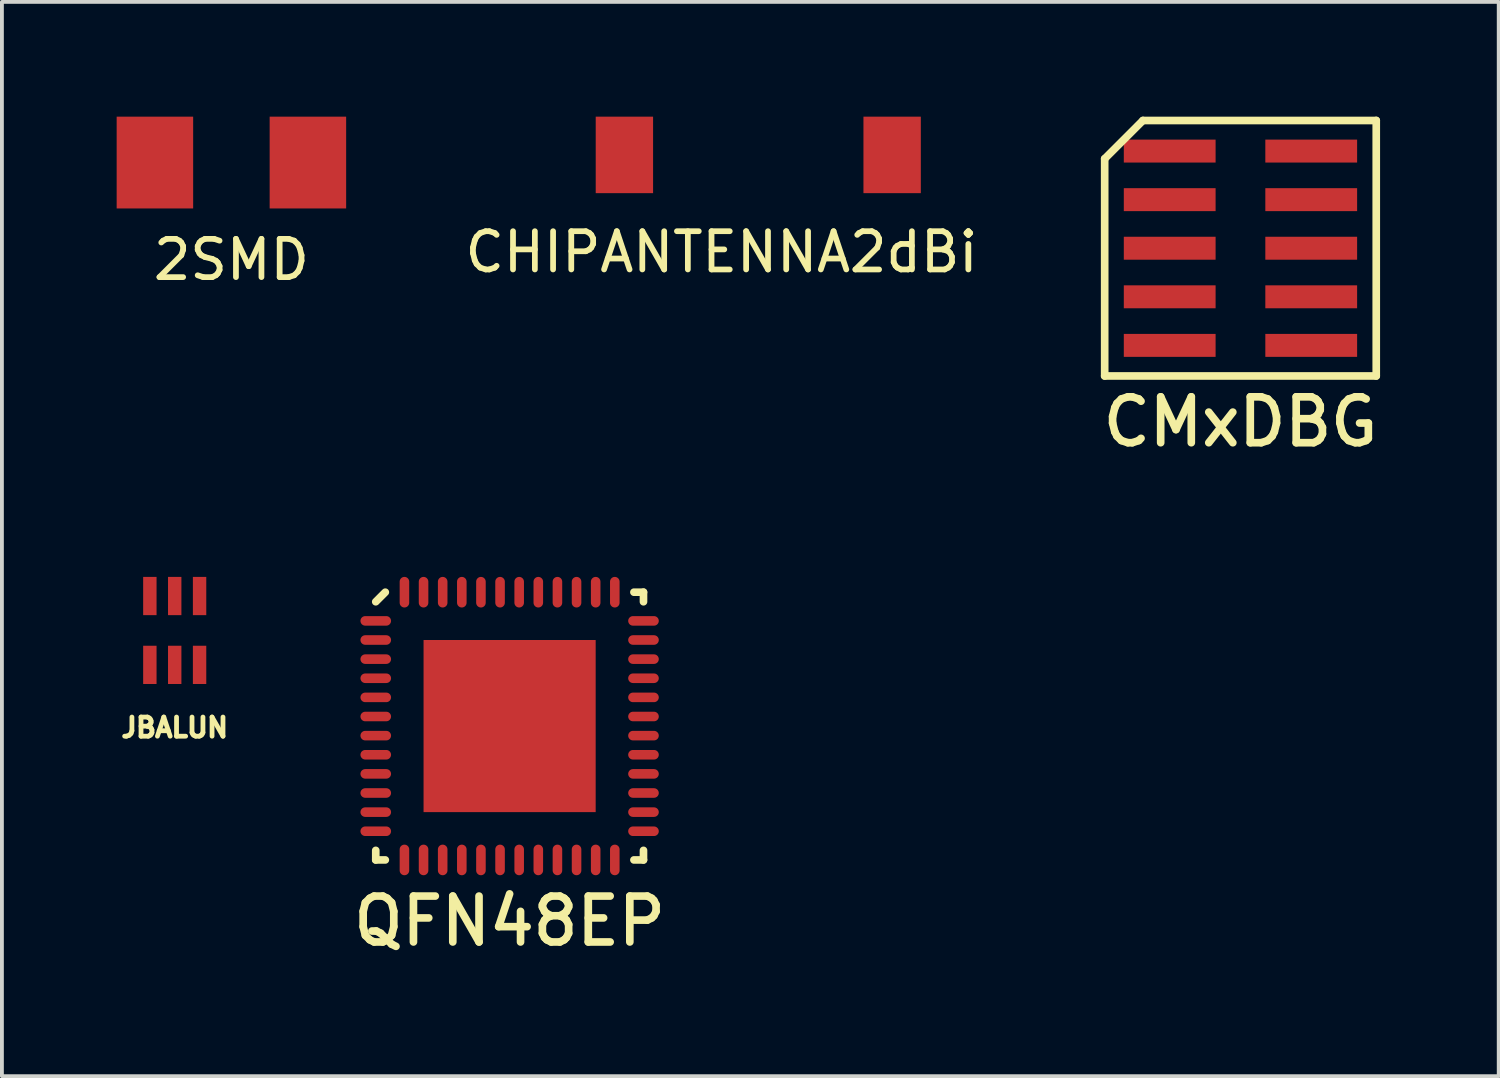
<source format=kicad_pcb>
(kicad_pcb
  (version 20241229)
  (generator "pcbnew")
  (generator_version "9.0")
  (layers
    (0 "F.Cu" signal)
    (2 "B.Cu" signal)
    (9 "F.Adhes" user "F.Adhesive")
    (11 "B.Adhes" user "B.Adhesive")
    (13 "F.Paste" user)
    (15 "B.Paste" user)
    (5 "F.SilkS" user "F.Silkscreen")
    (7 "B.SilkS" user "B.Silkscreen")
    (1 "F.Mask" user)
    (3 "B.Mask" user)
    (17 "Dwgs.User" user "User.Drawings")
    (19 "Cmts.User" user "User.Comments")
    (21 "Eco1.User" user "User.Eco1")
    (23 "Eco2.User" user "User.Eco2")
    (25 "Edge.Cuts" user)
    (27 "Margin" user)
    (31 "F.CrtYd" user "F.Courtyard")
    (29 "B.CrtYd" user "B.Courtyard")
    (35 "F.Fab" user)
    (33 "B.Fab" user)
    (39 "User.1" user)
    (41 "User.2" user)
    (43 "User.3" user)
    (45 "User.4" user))
  (footprint "CHIPANTENNA2dBi"
    (layer "F.Cu")
    (at 13.275 1)
    (property "Reference" "CHIPANTENNA2dBi" (at 2.54 2.54 0) (layer "F.SilkS") (effects (font (size 1 1) (thickness 0.15))))
    (attr through_hole)
    (pad "" smd rect (at 7 0) (size 1.5 2) (layers "F.Cu" "F.Mask" "F.Paste"))
    (pad "1" smd rect (at 0 0) (size 1.5 2) (layers "F.Cu" "F.Mask" "F.Paste")))
  (footprint "CMxDBG"
    (layer "F.Cu")
    (at 29.382 3.44)
    (property "Reference" "CMxDBG" (at 0 4.54 0) (layer "F.SilkS") (effects (font (size 1.2 1.2) (thickness 0.2))))
    (attr through_hole)
    (fp_line (start -3.55 -2.34) (end -3.55 3.34) (stroke (width 0.2) (type solid)) (layer "F.SilkS"))
    (fp_line (start -3.55 3.34) (end 3.55 3.34) (stroke (width 0.2) (type solid)) (layer "F.SilkS"))
    (fp_line (start -2.55 -3.34) (end -3.55 -2.34) (stroke (width 0.2) (type solid)) (layer "F.SilkS"))
    (fp_line (start 3.55 -3.34) (end -2.55 -3.34) (stroke (width 0.2) (type solid)) (layer "F.SilkS"))
    (fp_line (start 3.55 3.34) (end 3.55 -3.34) (stroke (width 0.2) (type solid)) (layer "F.SilkS"))
    (pad "1" smd rect (at -1.85 -2.54) (size 2.4 0.6) (layers "F.Cu" "F.Mask" "F.Paste"))
    (pad "2" smd rect (at -1.85 -1.27) (size 2.4 0.6) (layers "F.Cu" "F.Mask" "F.Paste"))
    (pad "3" smd rect (at -1.85 0) (size 2.4 0.6) (layers "F.Cu" "F.Mask" "F.Paste"))
    (pad "4" smd rect (at -1.85 1.27) (size 2.4 0.6) (layers "F.Cu" "F.Mask" "F.Paste"))
    (pad "5" smd rect (at -1.85 2.54) (size 2.4 0.6) (layers "F.Cu" "F.Mask" "F.Paste"))
    (pad "6" smd rect (at 1.85 2.54) (size 2.4 0.6) (layers "F.Cu" "F.Mask" "F.Paste"))
    (pad "7" smd rect (at 1.85 1.27) (size 2.4 0.6) (layers "F.Cu" "F.Mask" "F.Paste"))
    (pad "8" smd rect (at 1.85 0) (size 2.4 0.6) (layers "F.Cu" "F.Mask" "F.Paste"))
    (pad "9" smd rect (at 1.85 -1.27) (size 2.4 0.6) (layers "F.Cu" "F.Mask" "F.Paste"))
    (pad "10" smd rect (at 1.85 -2.54) (size 2.4 0.6) (layers "F.Cu" "F.Mask" "F.Paste")))
  (footprint "2SMD"
    (layer "F.Cu")
    (at 3 1.2)
    (property "Reference" "2SMD" (at 0 2.54 0) (layer "F.SilkS") (effects (font (size 1 1) (thickness 0.15))))
    (attr through_hole)
    (pad "1" smd rect (at -2 0) (size 2 2.4) (layers "F.Cu" "F.Mask" "F.Paste"))
    (pad "2" smd rect (at 2 0) (size 2 2.4) (layers "F.Cu" "F.Mask" "F.Paste")))
  (footprint "QFN48EP"
    (layer "F.Cu")
    (at 10.274 15.933)
    (property "Reference" "QFN48EP" (at 0 5.1 0) (layer "F.SilkS") (effects (font (size 1.2 1.2) (thickness 0.2))))
    (attr through_hole)
    (fp_line (start -3.5 -3.25) (end -3.25 -3.5) (stroke (width 0.2) (type solid)) (layer "F.SilkS"))
    (fp_line (start -3.5 3.5) (end -3.5 3.25) (stroke (width 0.2) (type solid)) (layer "F.SilkS"))
    (fp_line (start -3.25 3.5) (end -3.5 3.5) (stroke (width 0.2) (type solid)) (layer "F.SilkS"))
    (fp_line (start 3.25 -3.5) (end 3.5 -3.5) (stroke (width 0.2) (type solid)) (layer "F.SilkS"))
    (fp_line (start 3.25 3.5) (end 3.5 3.5) (stroke (width 0.2) (type solid)) (layer "F.SilkS"))
    (fp_line (start 3.5 -3.5) (end 3.5 -3.25) (stroke (width 0.2) (type solid)) (layer "F.SilkS"))
    (fp_line (start 3.5 3.5) (end 3.5 3.25) (stroke (width 0.2) (type solid)) (layer "F.SilkS"))
    (pad "" smd rect (at 0 0) (size 4.5 4.5) (layers "F.Cu" "F.Mask" "F.Paste"))
    (pad "1" smd oval (at -3.5 -2.75) (size 0.8 0.25) (layers "F.Cu" "F.Mask" "F.Paste"))
    (pad "2" smd oval (at -3.5 -2.25) (size 0.8 0.25) (layers "F.Cu" "F.Mask" "F.Paste"))
    (pad "3" smd oval (at -3.5 -1.75) (size 0.8 0.25) (layers "F.Cu" "F.Mask" "F.Paste"))
    (pad "4" smd oval (at -3.5 -1.25) (size 0.8 0.25) (layers "F.Cu" "F.Mask" "F.Paste"))
    (pad "5" smd oval (at -3.5 -0.75) (size 0.8 0.25) (layers "F.Cu" "F.Mask" "F.Paste"))
    (pad "6" smd oval (at -3.5 -0.25) (size 0.8 0.25) (layers "F.Cu" "F.Mask" "F.Paste"))
    (pad "7" smd oval (at -3.5 0.25) (size 0.8 0.25) (layers "F.Cu" "F.Mask" "F.Paste"))
    (pad "8" smd oval (at -3.5 0.75) (size 0.8 0.25) (layers "F.Cu" "F.Mask" "F.Paste"))
    (pad "9" smd oval (at -3.5 1.25) (size 0.8 0.25) (layers "F.Cu" "F.Mask" "F.Paste"))
    (pad "10" smd oval (at -3.5 1.75) (size 0.8 0.25) (layers "F.Cu" "F.Mask" "F.Paste"))
    (pad "11" smd oval (at -3.5 2.25) (size 0.8 0.25) (layers "F.Cu" "F.Mask" "F.Paste"))
    (pad "12" smd oval (at -3.5 2.75) (size 0.8 0.25) (layers "F.Cu" "F.Mask" "F.Paste"))
    (pad "13" smd oval (at -2.75 3.5) (size 0.25 0.8) (layers "F.Cu" "F.Mask" "F.Paste"))
    (pad "14" smd oval (at -2.25 3.5) (size 0.25 0.8) (layers "F.Cu" "F.Mask" "F.Paste"))
    (pad "15" smd oval (at -1.75 3.5) (size 0.25 0.8) (layers "F.Cu" "F.Mask" "F.Paste"))
    (pad "16" smd oval (at -1.25 3.5) (size 0.25 0.8) (layers "F.Cu" "F.Mask" "F.Paste"))
    (pad "17" smd oval (at -0.75 3.5) (size 0.25 0.8) (layers "F.Cu" "F.Mask" "F.Paste"))
    (pad "18" smd oval (at -0.25 3.5) (size 0.25 0.8) (layers "F.Cu" "F.Mask" "F.Paste"))
    (pad "19" smd oval (at 0.25 3.5) (size 0.25 0.8) (layers "F.Cu" "F.Mask" "F.Paste"))
    (pad "20" smd oval (at 0.75 3.5) (size 0.25 0.8) (layers "F.Cu" "F.Mask" "F.Paste"))
    (pad "21" smd oval (at 1.25 3.5) (size 0.25 0.8) (layers "F.Cu" "F.Mask" "F.Paste"))
    (pad "22" smd oval (at 1.75 3.5) (size 0.25 0.8) (layers "F.Cu" "F.Mask" "F.Paste"))
    (pad "23" smd oval (at 2.25 3.5) (size 0.25 0.8) (layers "F.Cu" "F.Mask" "F.Paste"))
    (pad "24" smd oval (at 2.75 3.5) (size 0.25 0.8) (layers "F.Cu" "F.Mask" "F.Paste"))
    (pad "25" smd oval (at 3.5 2.75) (size 0.8 0.25) (layers "F.Cu" "F.Mask" "F.Paste"))
    (pad "26" smd oval (at 3.5 2.25) (size 0.8 0.25) (layers "F.Cu" "F.Mask" "F.Paste"))
    (pad "27" smd oval (at 3.5 1.75) (size 0.8 0.25) (layers "F.Cu" "F.Mask" "F.Paste"))
    (pad "28" smd oval (at 3.5 1.25) (size 0.8 0.25) (layers "F.Cu" "F.Mask" "F.Paste"))
    (pad "29" smd oval (at 3.5 0.75) (size 0.8 0.25) (layers "F.Cu" "F.Mask" "F.Paste"))
    (pad "30" smd oval (at 3.5 0.25) (size 0.8 0.25) (layers "F.Cu" "F.Mask" "F.Paste"))
    (pad "31" smd oval (at 3.5 -0.25) (size 0.8 0.25) (layers "F.Cu" "F.Mask" "F.Paste"))
    (pad "32" smd oval (at 3.5 -0.75) (size 0.8 0.25) (layers "F.Cu" "F.Mask" "F.Paste"))
    (pad "33" smd oval (at 3.5 -1.25) (size 0.8 0.25) (layers "F.Cu" "F.Mask" "F.Paste"))
    (pad "34" smd oval (at 3.5 -1.75) (size 0.8 0.25) (layers "F.Cu" "F.Mask" "F.Paste"))
    (pad "35" smd oval (at 3.5 -2.25) (size 0.8 0.25) (layers "F.Cu" "F.Mask" "F.Paste"))
    (pad "36" smd oval (at 3.5 -2.75) (size 0.8 0.25) (layers "F.Cu" "F.Mask" "F.Paste"))
    (pad "37" smd oval (at 2.75 -3.5) (size 0.25 0.8) (layers "F.Cu" "F.Mask" "F.Paste"))
    (pad "38" smd oval (at 2.25 -3.5) (size 0.25 0.8) (layers "F.Cu" "F.Mask" "F.Paste"))
    (pad "39" smd oval (at 1.75 -3.5) (size 0.25 0.8) (layers "F.Cu" "F.Mask" "F.Paste"))
    (pad "40" smd oval (at 1.25 -3.5) (size 0.25 0.8) (layers "F.Cu" "F.Mask" "F.Paste"))
    (pad "41" smd oval (at 0.75 -3.5) (size 0.25 0.8) (layers "F.Cu" "F.Mask" "F.Paste"))
    (pad "42" smd oval (at 0.25 -3.5) (size 0.25 0.8) (layers "F.Cu" "F.Mask" "F.Paste"))
    (pad "43" smd oval (at -0.25 -3.5) (size 0.25 0.8) (layers "F.Cu" "F.Mask" "F.Paste"))
    (pad "44" smd oval (at -0.75 -3.5) (size 0.25 0.8) (layers "F.Cu" "F.Mask" "F.Paste"))
    (pad "45" smd oval (at -1.25 -3.5) (size 0.25 0.8) (layers "F.Cu" "F.Mask" "F.Paste"))
    (pad "46" smd oval (at -1.75 -3.5) (size 0.25 0.8) (layers "F.Cu" "F.Mask" "F.Paste"))
    (pad "47" smd oval (at -2.25 -3.5) (size 0.25 0.8) (layers "F.Cu" "F.Mask" "F.Paste"))
    (pad "48" smd oval (at -2.75 -3.5) (size 0.25 0.8) (layers "F.Cu" "F.Mask" "F.Paste")))
  (footprint "JBALUN"
    (layer "F.Cu")
    (at 1.518 13.433)
    (property "Reference" "JBALUN" (at 0 2.54 0) (layer "F.SilkS") (effects (font (size 0.5 0.5) (thickness 0.125))))
    (attr through_hole)
    (pad "1" smd rect (at 0.65 -0.9) (size 0.35 1) (layers "F.Cu" "F.Mask" "F.Paste"))
    (pad "2" smd rect (at 0 -0.9) (size 0.35 1) (layers "F.Cu" "F.Mask" "F.Paste"))
    (pad "3" smd rect (at -0.65 -0.9) (size 0.35 1) (layers "F.Cu" "F.Mask" "F.Paste"))
    (pad "4" smd rect (at -0.65 0.9) (size 0.35 1) (layers "F.Cu" "F.Mask" "F.Paste"))
    (pad "5" smd rect (at 0 0.9) (size 0.35 1) (layers "F.Cu" "F.Mask" "F.Paste"))
    (pad "6" smd rect (at 0.65 0.9) (size 0.35 1) (layers "F.Cu" "F.Mask" "F.Paste")))
  (gr_rect
    (start -3 -3)
    (end 36.134 25.086)
    (stroke (width 0.1) (type default))
    (fill no)
    (layer "Edge.Cuts")))
</source>
